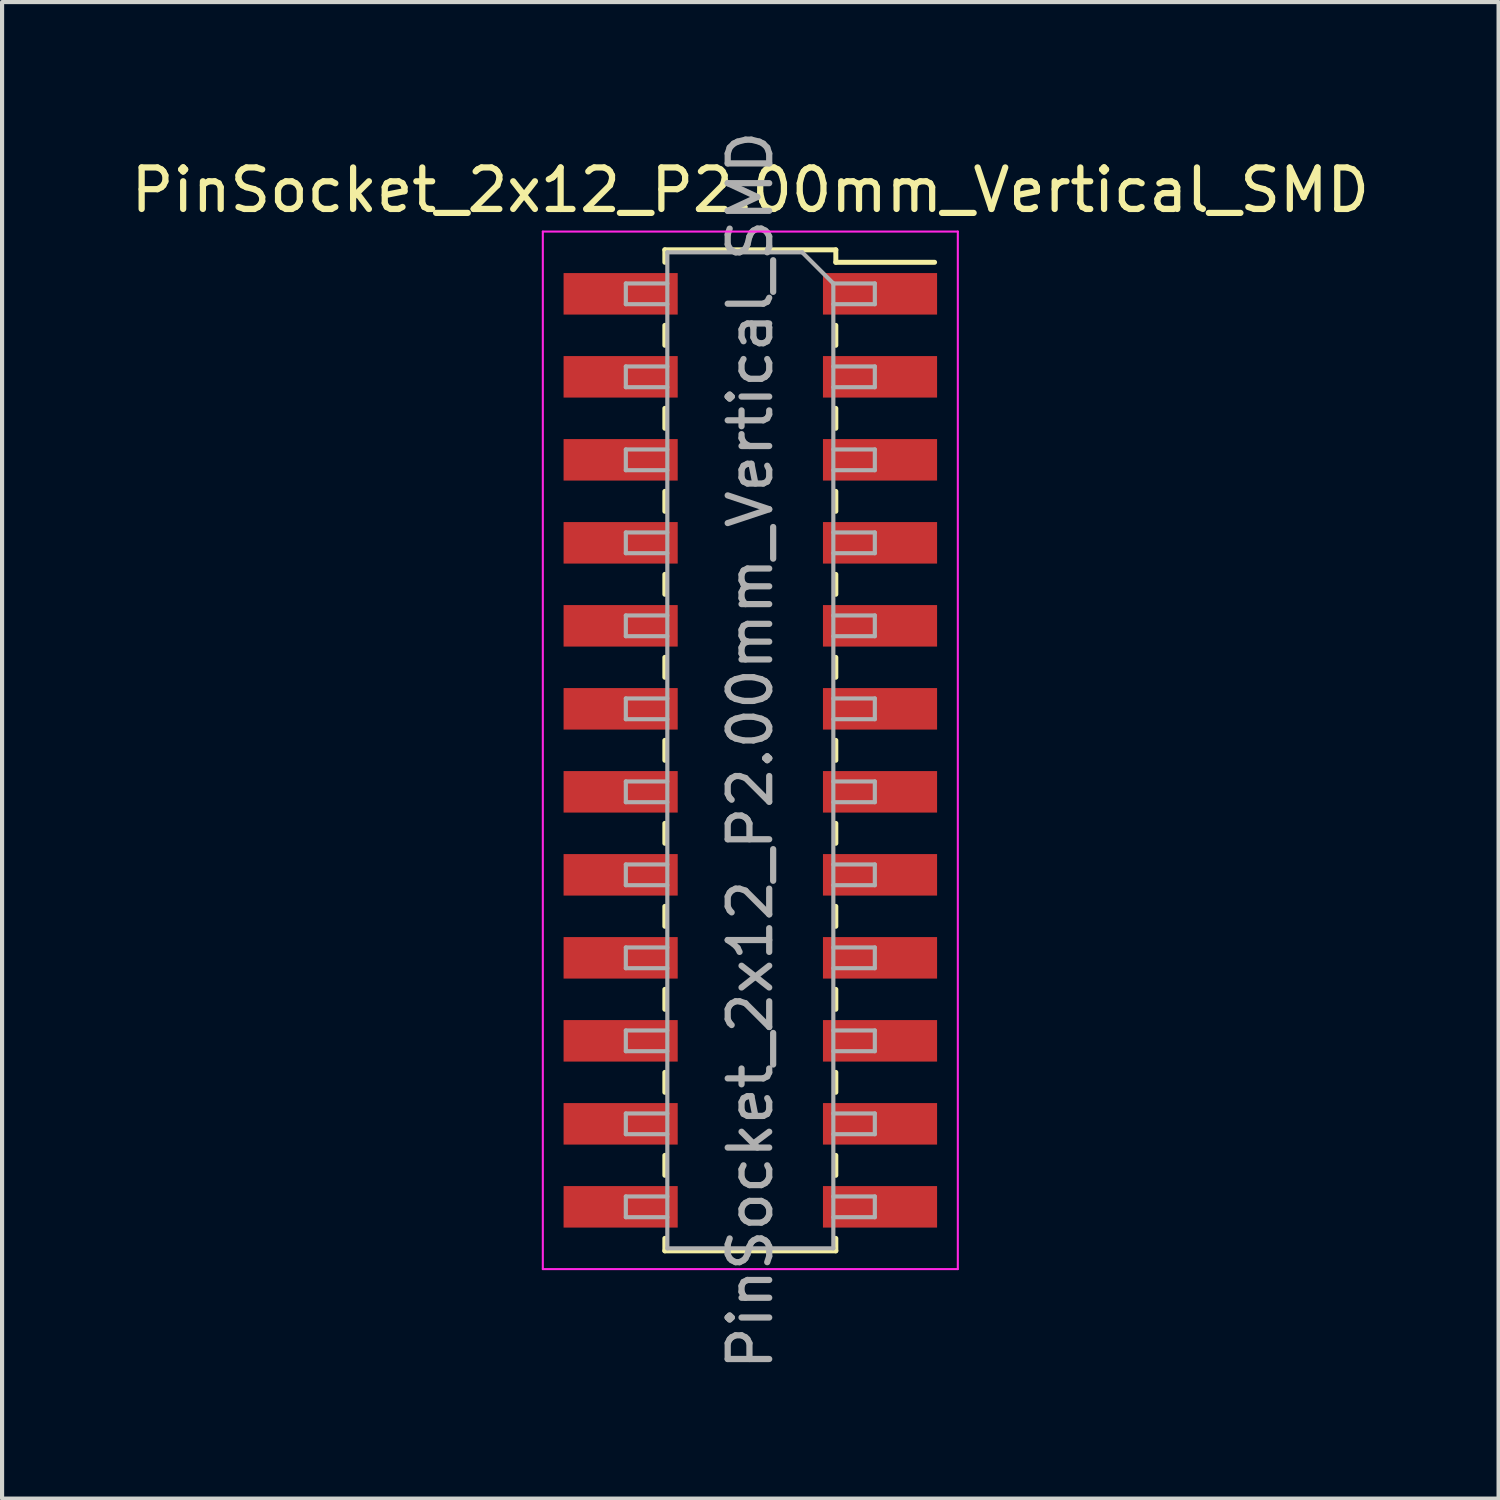
<source format=kicad_pcb>
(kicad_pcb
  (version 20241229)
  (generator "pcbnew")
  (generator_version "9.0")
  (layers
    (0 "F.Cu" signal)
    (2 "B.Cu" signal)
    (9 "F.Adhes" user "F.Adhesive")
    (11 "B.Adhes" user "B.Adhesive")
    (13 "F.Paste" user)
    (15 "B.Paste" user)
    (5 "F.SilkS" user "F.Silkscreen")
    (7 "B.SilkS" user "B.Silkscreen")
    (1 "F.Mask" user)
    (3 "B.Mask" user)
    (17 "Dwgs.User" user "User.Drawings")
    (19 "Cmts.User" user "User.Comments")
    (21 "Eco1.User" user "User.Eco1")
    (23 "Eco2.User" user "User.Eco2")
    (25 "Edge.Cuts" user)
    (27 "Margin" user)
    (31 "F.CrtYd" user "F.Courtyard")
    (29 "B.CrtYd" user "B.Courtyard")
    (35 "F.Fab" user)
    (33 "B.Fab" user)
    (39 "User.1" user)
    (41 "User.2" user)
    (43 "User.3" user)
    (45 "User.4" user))
  (footprint "PinSocket_2x12_P2.00mm_Vertical_SMD"
    (layer "F.Cu")
    (at 15.03 15.03)
    (property "Reference" "PinSocket_2x12_P2.00mm_Vertical_SMD" (at 0 -13.5 0) (layer "F.SilkS") (effects (font (size 1 1) (thickness 0.15))))
    (attr smd)
    (fp_line (start -2.06 -12.06) (end -2.06 -11.76) (stroke (width 0.12) (type solid)) (layer "F.SilkS"))
    (fp_line (start -2.06 -12.06) (end 2.06 -12.06) (stroke (width 0.12) (type solid)) (layer "F.SilkS"))
    (fp_line (start -2.06 -10.24) (end -2.06 -9.76) (stroke (width 0.12) (type solid)) (layer "F.SilkS"))
    (fp_line (start -2.06 -8.24) (end -2.06 -7.76) (stroke (width 0.12) (type solid)) (layer "F.SilkS"))
    (fp_line (start -2.06 -6.24) (end -2.06 -5.76) (stroke (width 0.12) (type solid)) (layer "F.SilkS"))
    (fp_line (start -2.06 -4.24) (end -2.06 -3.76) (stroke (width 0.12) (type solid)) (layer "F.SilkS"))
    (fp_line (start -2.06 -2.24) (end -2.06 -1.76) (stroke (width 0.12) (type solid)) (layer "F.SilkS"))
    (fp_line (start -2.06 -0.24) (end -2.06 0.24) (stroke (width 0.12) (type solid)) (layer "F.SilkS"))
    (fp_line (start -2.06 1.76) (end -2.06 2.24) (stroke (width 0.12) (type solid)) (layer "F.SilkS"))
    (fp_line (start -2.06 3.76) (end -2.06 4.24) (stroke (width 0.12) (type solid)) (layer "F.SilkS"))
    (fp_line (start -2.06 5.76) (end -2.06 6.24) (stroke (width 0.12) (type solid)) (layer "F.SilkS"))
    (fp_line (start -2.06 7.76) (end -2.06 8.24) (stroke (width 0.12) (type solid)) (layer "F.SilkS"))
    (fp_line (start -2.06 9.76) (end -2.06 10.24) (stroke (width 0.12) (type solid)) (layer "F.SilkS"))
    (fp_line (start -2.06 11.76) (end -2.06 12.06) (stroke (width 0.12) (type solid)) (layer "F.SilkS"))
    (fp_line (start -2.06 12.06) (end 2.06 12.06) (stroke (width 0.12) (type solid)) (layer "F.SilkS"))
    (fp_line (start 2.06 -12.06) (end 2.06 -11.76) (stroke (width 0.12) (type solid)) (layer "F.SilkS"))
    (fp_line (start 2.06 -11.76) (end 4.44 -11.76) (stroke (width 0.12) (type solid)) (layer "F.SilkS"))
    (fp_line (start 2.06 -10.24) (end 2.06 -9.76) (stroke (width 0.12) (type solid)) (layer "F.SilkS"))
    (fp_line (start 2.06 -8.24) (end 2.06 -7.76) (stroke (width 0.12) (type solid)) (layer "F.SilkS"))
    (fp_line (start 2.06 -6.24) (end 2.06 -5.76) (stroke (width 0.12) (type solid)) (layer "F.SilkS"))
    (fp_line (start 2.06 -4.24) (end 2.06 -3.76) (stroke (width 0.12) (type solid)) (layer "F.SilkS"))
    (fp_line (start 2.06 -2.24) (end 2.06 -1.76) (stroke (width 0.12) (type solid)) (layer "F.SilkS"))
    (fp_line (start 2.06 -0.24) (end 2.06 0.24) (stroke (width 0.12) (type solid)) (layer "F.SilkS"))
    (fp_line (start 2.06 1.76) (end 2.06 2.24) (stroke (width 0.12) (type solid)) (layer "F.SilkS"))
    (fp_line (start 2.06 3.76) (end 2.06 4.24) (stroke (width 0.12) (type solid)) (layer "F.SilkS"))
    (fp_line (start 2.06 5.76) (end 2.06 6.24) (stroke (width 0.12) (type solid)) (layer "F.SilkS"))
    (fp_line (start 2.06 7.76) (end 2.06 8.24) (stroke (width 0.12) (type solid)) (layer "F.SilkS"))
    (fp_line (start 2.06 9.76) (end 2.06 10.24) (stroke (width 0.12) (type solid)) (layer "F.SilkS"))
    (fp_line (start 2.06 11.76) (end 2.06 12.06) (stroke (width 0.12) (type solid)) (layer "F.SilkS"))
    (fp_line (start -5 -12.5) (end 5 -12.5) (stroke (width 0.05) (type solid)) (layer "F.CrtYd"))
    (fp_line (start -5 12.5) (end -5 -12.5) (stroke (width 0.05) (type solid)) (layer "F.CrtYd"))
    (fp_line (start 5 -12.5) (end 5 12.5) (stroke (width 0.05) (type solid)) (layer "F.CrtYd"))
    (fp_line (start 5 12.5) (end -5 12.5) (stroke (width 0.05) (type solid)) (layer "F.CrtYd"))
    (fp_line (start -3 -11.25) (end -2 -11.25) (stroke (width 0.1) (type solid)) (layer "F.Fab"))
    (fp_line (start -3 -10.75) (end -3 -11.25) (stroke (width 0.1) (type solid)) (layer "F.Fab"))
    (fp_line (start -3 -9.25) (end -2 -9.25) (stroke (width 0.1) (type solid)) (layer "F.Fab"))
    (fp_line (start -3 -8.75) (end -3 -9.25) (stroke (width 0.1) (type solid)) (layer "F.Fab"))
    (fp_line (start -3 -7.25) (end -2 -7.25) (stroke (width 0.1) (type solid)) (layer "F.Fab"))
    (fp_line (start -3 -6.75) (end -3 -7.25) (stroke (width 0.1) (type solid)) (layer "F.Fab"))
    (fp_line (start -3 -5.25) (end -2 -5.25) (stroke (width 0.1) (type solid)) (layer "F.Fab"))
    (fp_line (start -3 -4.75) (end -3 -5.25) (stroke (width 0.1) (type solid)) (layer "F.Fab"))
    (fp_line (start -3 -3.25) (end -2 -3.25) (stroke (width 0.1) (type solid)) (layer "F.Fab"))
    (fp_line (start -3 -2.75) (end -3 -3.25) (stroke (width 0.1) (type solid)) (layer "F.Fab"))
    (fp_line (start -3 -1.25) (end -2 -1.25) (stroke (width 0.1) (type solid)) (layer "F.Fab"))
    (fp_line (start -3 -0.75) (end -3 -1.25) (stroke (width 0.1) (type solid)) (layer "F.Fab"))
    (fp_line (start -3 0.75) (end -2 0.75) (stroke (width 0.1) (type solid)) (layer "F.Fab"))
    (fp_line (start -3 1.25) (end -3 0.75) (stroke (width 0.1) (type solid)) (layer "F.Fab"))
    (fp_line (start -3 2.75) (end -2 2.75) (stroke (width 0.1) (type solid)) (layer "F.Fab"))
    (fp_line (start -3 3.25) (end -3 2.75) (stroke (width 0.1) (type solid)) (layer "F.Fab"))
    (fp_line (start -3 4.75) (end -2 4.75) (stroke (width 0.1) (type solid)) (layer "F.Fab"))
    (fp_line (start -3 5.25) (end -3 4.75) (stroke (width 0.1) (type solid)) (layer "F.Fab"))
    (fp_line (start -3 6.75) (end -2 6.75) (stroke (width 0.1) (type solid)) (layer "F.Fab"))
    (fp_line (start -3 7.25) (end -3 6.75) (stroke (width 0.1) (type solid)) (layer "F.Fab"))
    (fp_line (start -3 8.75) (end -2 8.75) (stroke (width 0.1) (type solid)) (layer "F.Fab"))
    (fp_line (start -3 9.25) (end -3 8.75) (stroke (width 0.1) (type solid)) (layer "F.Fab"))
    (fp_line (start -3 10.75) (end -2 10.75) (stroke (width 0.1) (type solid)) (layer "F.Fab"))
    (fp_line (start -3 11.25) (end -3 10.75) (stroke (width 0.1) (type solid)) (layer "F.Fab"))
    (fp_line (start -2 -12) (end 1.25 -12) (stroke (width 0.1) (type solid)) (layer "F.Fab"))
    (fp_line (start -2 -10.75) (end -3 -10.75) (stroke (width 0.1) (type solid)) (layer "F.Fab"))
    (fp_line (start -2 -8.75) (end -3 -8.75) (stroke (width 0.1) (type solid)) (layer "F.Fab"))
    (fp_line (start -2 -6.75) (end -3 -6.75) (stroke (width 0.1) (type solid)) (layer "F.Fab"))
    (fp_line (start -2 -4.75) (end -3 -4.75) (stroke (width 0.1) (type solid)) (layer "F.Fab"))
    (fp_line (start -2 -2.75) (end -3 -2.75) (stroke (width 0.1) (type solid)) (layer "F.Fab"))
    (fp_line (start -2 -0.75) (end -3 -0.75) (stroke (width 0.1) (type solid)) (layer "F.Fab"))
    (fp_line (start -2 1.25) (end -3 1.25) (stroke (width 0.1) (type solid)) (layer "F.Fab"))
    (fp_line (start -2 3.25) (end -3 3.25) (stroke (width 0.1) (type solid)) (layer "F.Fab"))
    (fp_line (start -2 5.25) (end -3 5.25) (stroke (width 0.1) (type solid)) (layer "F.Fab"))
    (fp_line (start -2 7.25) (end -3 7.25) (stroke (width 0.1) (type solid)) (layer "F.Fab"))
    (fp_line (start -2 9.25) (end -3 9.25) (stroke (width 0.1) (type solid)) (layer "F.Fab"))
    (fp_line (start -2 11.25) (end -3 11.25) (stroke (width 0.1) (type solid)) (layer "F.Fab"))
    (fp_line (start -2 12) (end -2 -12) (stroke (width 0.1) (type solid)) (layer "F.Fab"))
    (fp_line (start 1.25 -12) (end 2 -11.25) (stroke (width 0.1) (type solid)) (layer "F.Fab"))
    (fp_line (start 2 -11.25) (end 2 12) (stroke (width 0.1) (type solid)) (layer "F.Fab"))
    (fp_line (start 2 -11.25) (end 3 -11.25) (stroke (width 0.1) (type solid)) (layer "F.Fab"))
    (fp_line (start 2 -9.25) (end 3 -9.25) (stroke (width 0.1) (type solid)) (layer "F.Fab"))
    (fp_line (start 2 -7.25) (end 3 -7.25) (stroke (width 0.1) (type solid)) (layer "F.Fab"))
    (fp_line (start 2 -5.25) (end 3 -5.25) (stroke (width 0.1) (type solid)) (layer "F.Fab"))
    (fp_line (start 2 -3.25) (end 3 -3.25) (stroke (width 0.1) (type solid)) (layer "F.Fab"))
    (fp_line (start 2 -1.25) (end 3 -1.25) (stroke (width 0.1) (type solid)) (layer "F.Fab"))
    (fp_line (start 2 0.75) (end 3 0.75) (stroke (width 0.1) (type solid)) (layer "F.Fab"))
    (fp_line (start 2 2.75) (end 3 2.75) (stroke (width 0.1) (type solid)) (layer "F.Fab"))
    (fp_line (start 2 4.75) (end 3 4.75) (stroke (width 0.1) (type solid)) (layer "F.Fab"))
    (fp_line (start 2 6.75) (end 3 6.75) (stroke (width 0.1) (type solid)) (layer "F.Fab"))
    (fp_line (start 2 8.75) (end 3 8.75) (stroke (width 0.1) (type solid)) (layer "F.Fab"))
    (fp_line (start 2 10.75) (end 3 10.75) (stroke (width 0.1) (type solid)) (layer "F.Fab"))
    (fp_line (start 2 12) (end -2 12) (stroke (width 0.1) (type solid)) (layer "F.Fab"))
    (fp_line (start 3 -11.25) (end 3 -10.75) (stroke (width 0.1) (type solid)) (layer "F.Fab"))
    (fp_line (start 3 -10.75) (end 2 -10.75) (stroke (width 0.1) (type solid)) (layer "F.Fab"))
    (fp_line (start 3 -9.25) (end 3 -8.75) (stroke (width 0.1) (type solid)) (layer "F.Fab"))
    (fp_line (start 3 -8.75) (end 2 -8.75) (stroke (width 0.1) (type solid)) (layer "F.Fab"))
    (fp_line (start 3 -7.25) (end 3 -6.75) (stroke (width 0.1) (type solid)) (layer "F.Fab"))
    (fp_line (start 3 -6.75) (end 2 -6.75) (stroke (width 0.1) (type solid)) (layer "F.Fab"))
    (fp_line (start 3 -5.25) (end 3 -4.75) (stroke (width 0.1) (type solid)) (layer "F.Fab"))
    (fp_line (start 3 -4.75) (end 2 -4.75) (stroke (width 0.1) (type solid)) (layer "F.Fab"))
    (fp_line (start 3 -3.25) (end 3 -2.75) (stroke (width 0.1) (type solid)) (layer "F.Fab"))
    (fp_line (start 3 -2.75) (end 2 -2.75) (stroke (width 0.1) (type solid)) (layer "F.Fab"))
    (fp_line (start 3 -1.25) (end 3 -0.75) (stroke (width 0.1) (type solid)) (layer "F.Fab"))
    (fp_line (start 3 -0.75) (end 2 -0.75) (stroke (width 0.1) (type solid)) (layer "F.Fab"))
    (fp_line (start 3 0.75) (end 3 1.25) (stroke (width 0.1) (type solid)) (layer "F.Fab"))
    (fp_line (start 3 1.25) (end 2 1.25) (stroke (width 0.1) (type solid)) (layer "F.Fab"))
    (fp_line (start 3 2.75) (end 3 3.25) (stroke (width 0.1) (type solid)) (layer "F.Fab"))
    (fp_line (start 3 3.25) (end 2 3.25) (stroke (width 0.1) (type solid)) (layer "F.Fab"))
    (fp_line (start 3 4.75) (end 3 5.25) (stroke (width 0.1) (type solid)) (layer "F.Fab"))
    (fp_line (start 3 5.25) (end 2 5.25) (stroke (width 0.1) (type solid)) (layer "F.Fab"))
    (fp_line (start 3 6.75) (end 3 7.25) (stroke (width 0.1) (type solid)) (layer "F.Fab"))
    (fp_line (start 3 7.25) (end 2 7.25) (stroke (width 0.1) (type solid)) (layer "F.Fab"))
    (fp_line (start 3 8.75) (end 3 9.25) (stroke (width 0.1) (type solid)) (layer "F.Fab"))
    (fp_line (start 3 9.25) (end 2 9.25) (stroke (width 0.1) (type solid)) (layer "F.Fab"))
    (fp_line (start 3 10.75) (end 3 11.25) (stroke (width 0.1) (type solid)) (layer "F.Fab"))
    (fp_line (start 3 11.25) (end 2 11.25) (stroke (width 0.1) (type solid)) (layer "F.Fab"))
    (fp_text user "${REFERENCE}" (at 0 0 90) (layer "F.Fab") (effects (font (size 1 1) (thickness 0.15))))
    (pad "1" smd rect (at 3.125 -11) (size 2.75 1) (layers "F.Cu" "F.Mask" "F.Paste"))
    (pad "2" smd rect (at -3.125 -11) (size 2.75 1) (layers "F.Cu" "F.Mask" "F.Paste"))
    (pad "3" smd rect (at 3.125 -9) (size 2.75 1) (layers "F.Cu" "F.Mask" "F.Paste"))
    (pad "4" smd rect (at -3.125 -9) (size 2.75 1) (layers "F.Cu" "F.Mask" "F.Paste"))
    (pad "5" smd rect (at 3.125 -7) (size 2.75 1) (layers "F.Cu" "F.Mask" "F.Paste"))
    (pad "6" smd rect (at -3.125 -7) (size 2.75 1) (layers "F.Cu" "F.Mask" "F.Paste"))
    (pad "7" smd rect (at 3.125 -5) (size 2.75 1) (layers "F.Cu" "F.Mask" "F.Paste"))
    (pad "8" smd rect (at -3.125 -5) (size 2.75 1) (layers "F.Cu" "F.Mask" "F.Paste"))
    (pad "9" smd rect (at 3.125 -3) (size 2.75 1) (layers "F.Cu" "F.Mask" "F.Paste"))
    (pad "10" smd rect (at -3.125 -3) (size 2.75 1) (layers "F.Cu" "F.Mask" "F.Paste"))
    (pad "11" smd rect (at 3.125 -1) (size 2.75 1) (layers "F.Cu" "F.Mask" "F.Paste"))
    (pad "12" smd rect (at -3.125 -1) (size 2.75 1) (layers "F.Cu" "F.Mask" "F.Paste"))
    (pad "13" smd rect (at 3.125 1) (size 2.75 1) (layers "F.Cu" "F.Mask" "F.Paste"))
    (pad "14" smd rect (at -3.125 1) (size 2.75 1) (layers "F.Cu" "F.Mask" "F.Paste"))
    (pad "15" smd rect (at 3.125 3) (size 2.75 1) (layers "F.Cu" "F.Mask" "F.Paste"))
    (pad "16" smd rect (at -3.125 3) (size 2.75 1) (layers "F.Cu" "F.Mask" "F.Paste"))
    (pad "17" smd rect (at 3.125 5) (size 2.75 1) (layers "F.Cu" "F.Mask" "F.Paste"))
    (pad "18" smd rect (at -3.125 5) (size 2.75 1) (layers "F.Cu" "F.Mask" "F.Paste"))
    (pad "19" smd rect (at 3.125 7) (size 2.75 1) (layers "F.Cu" "F.Mask" "F.Paste"))
    (pad "20" smd rect (at -3.125 7) (size 2.75 1) (layers "F.Cu" "F.Mask" "F.Paste"))
    (pad "21" smd rect (at 3.125 9) (size 2.75 1) (layers "F.Cu" "F.Mask" "F.Paste"))
    (pad "22" smd rect (at -3.125 9) (size 2.75 1) (layers "F.Cu" "F.Mask" "F.Paste"))
    (pad "23" smd rect (at 3.125 11) (size 2.75 1) (layers "F.Cu" "F.Mask" "F.Paste"))
    (pad "24" smd rect (at -3.125 11) (size 2.75 1) (layers "F.Cu" "F.Mask" "F.Paste")))
  (gr_rect
    (start -3 -3)
    (end 33.06 33.06)
    (stroke (width 0.1) (type default))
    (fill no)
    (layer "Edge.Cuts")))
</source>
